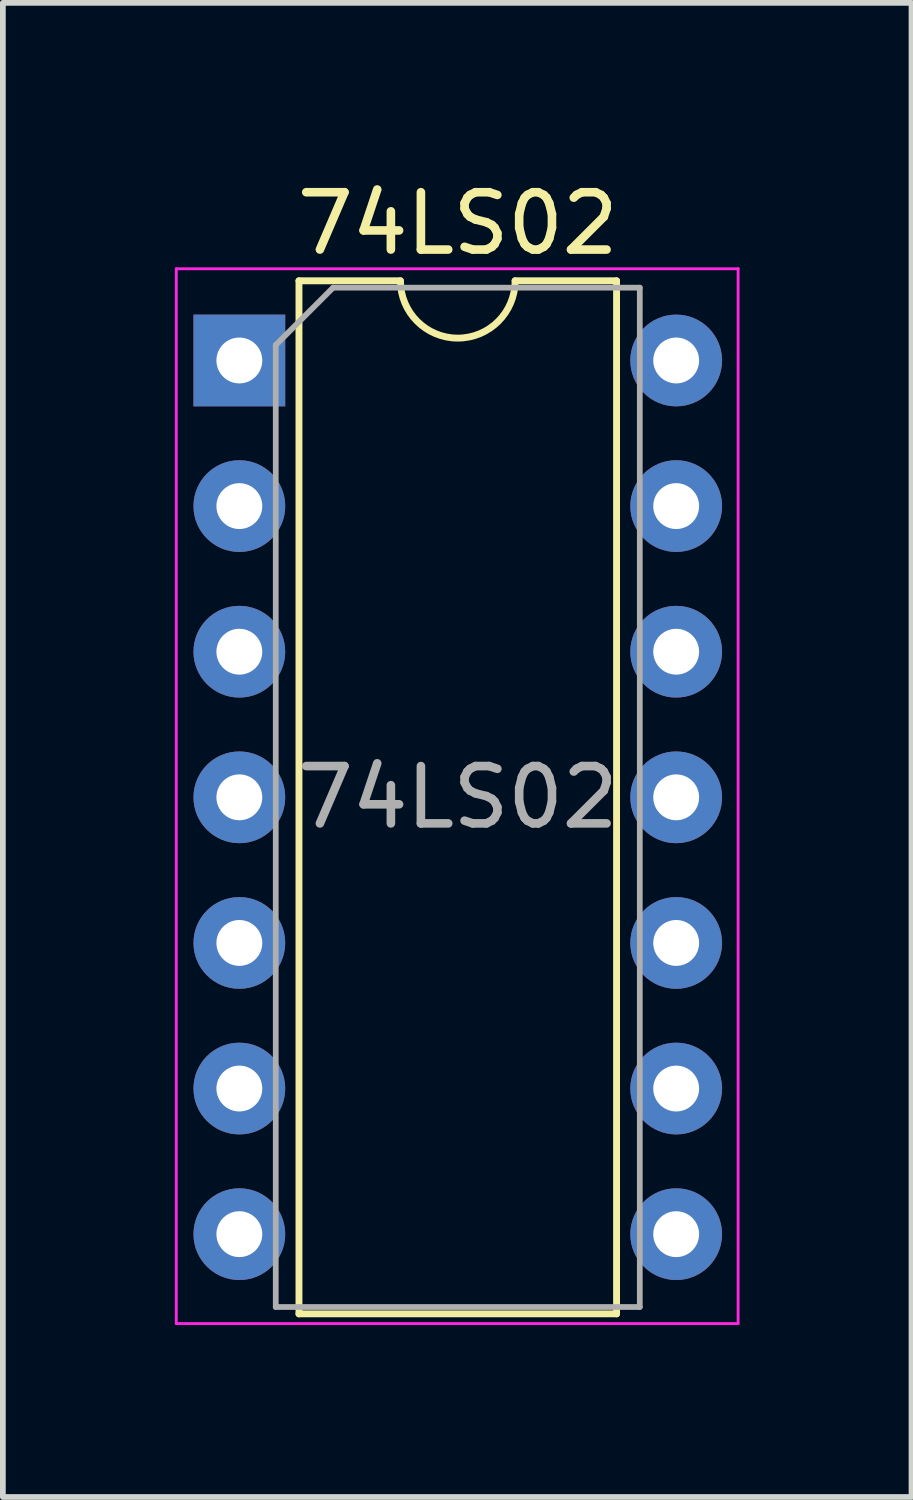
<source format=kicad_pcb>
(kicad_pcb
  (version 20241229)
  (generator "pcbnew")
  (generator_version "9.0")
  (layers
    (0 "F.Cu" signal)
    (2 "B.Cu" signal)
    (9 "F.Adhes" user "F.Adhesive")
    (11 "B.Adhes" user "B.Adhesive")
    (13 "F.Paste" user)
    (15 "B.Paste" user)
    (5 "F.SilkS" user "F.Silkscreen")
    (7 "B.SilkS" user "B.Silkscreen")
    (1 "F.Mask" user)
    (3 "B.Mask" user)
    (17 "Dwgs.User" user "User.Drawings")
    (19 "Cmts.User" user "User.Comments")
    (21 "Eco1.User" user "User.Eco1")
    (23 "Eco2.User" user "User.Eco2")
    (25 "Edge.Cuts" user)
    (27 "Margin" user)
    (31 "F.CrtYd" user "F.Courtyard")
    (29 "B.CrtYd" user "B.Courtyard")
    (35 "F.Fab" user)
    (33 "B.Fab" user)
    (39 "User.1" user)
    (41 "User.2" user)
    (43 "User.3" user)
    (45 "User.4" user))
  (footprint "74LS02"
    (layer "F.Cu")
    (at 1.125 3.238)
    (property "Reference" "74LS02" (at 3.81 -2.39 0) (layer "F.SilkS") (effects (font (size 1 1) (thickness 0.15))))
    (attr through_hole)
    (fp_line (start 1.04 -1.39) (end 1.04 16.63) (stroke (width 0.12) (type solid)) (layer "F.SilkS"))
    (fp_line (start 1.04 16.63) (end 6.58 16.63) (stroke (width 0.12) (type solid)) (layer "F.SilkS"))
    (fp_line (start 2.81 -1.39) (end 1.04 -1.39) (stroke (width 0.12) (type solid)) (layer "F.SilkS"))
    (fp_line (start 6.58 -1.39) (end 4.81 -1.39) (stroke (width 0.12) (type solid)) (layer "F.SilkS"))
    (fp_line (start 6.58 16.63) (end 6.58 -1.39) (stroke (width 0.12) (type solid)) (layer "F.SilkS"))
    (fp_arc (start 4.81 -1.39) (mid 3.81 -0.39) (end 2.81 -1.39) (stroke (width 0.12) (type solid)) (layer "F.SilkS"))
    (fp_line (start -1.1 -1.6) (end -1.1 16.8) (stroke (width 0.05) (type solid)) (layer "F.CrtYd"))
    (fp_line (start -1.1 16.8) (end 8.7 16.8) (stroke (width 0.05) (type solid)) (layer "F.CrtYd"))
    (fp_line (start 8.7 -1.6) (end -1.1 -1.6) (stroke (width 0.05) (type solid)) (layer "F.CrtYd"))
    (fp_line (start 8.7 16.8) (end 8.7 -1.6) (stroke (width 0.05) (type solid)) (layer "F.CrtYd"))
    (fp_line (start 0.635 -0.27) (end 1.635 -1.27) (stroke (width 0.1) (type solid)) (layer "F.Fab"))
    (fp_line (start 0.635 16.51) (end 0.635 -0.27) (stroke (width 0.1) (type solid)) (layer "F.Fab"))
    (fp_line (start 1.635 -1.27) (end 6.985 -1.27) (stroke (width 0.1) (type solid)) (layer "F.Fab"))
    (fp_line (start 6.985 -1.27) (end 6.985 16.51) (stroke (width 0.1) (type solid)) (layer "F.Fab"))
    (fp_line (start 6.985 16.51) (end 0.635 16.51) (stroke (width 0.1) (type solid)) (layer "F.Fab"))
    (fp_text user "${REFERENCE}" (at 3.81 7.62 0) (layer "F.Fab") (effects (font (size 1 1) (thickness 0.15))))
    (pad "1" thru_hole rect (at 0 0) (size 1.6 1.6) (drill 0.8) (layers "*.Cu" "*.Mask"))
    (pad "2" thru_hole oval (at 0 2.54) (size 1.6 1.6) (drill 0.8) (layers "*.Cu" "*.Mask"))
    (pad "3" thru_hole oval (at 0 5.08) (size 1.6 1.6) (drill 0.8) (layers "*.Cu" "*.Mask"))
    (pad "4" thru_hole oval (at 0 7.62) (size 1.6 1.6) (drill 0.8) (layers "*.Cu" "*.Mask"))
    (pad "5" thru_hole oval (at 0 10.16) (size 1.6 1.6) (drill 0.8) (layers "*.Cu" "*.Mask"))
    (pad "6" thru_hole oval (at 0 12.7) (size 1.6 1.6) (drill 0.8) (layers "*.Cu" "*.Mask"))
    (pad "7" thru_hole oval (at 0 15.24) (size 1.6 1.6) (drill 0.8) (layers "*.Cu" "*.Mask"))
    (pad "8" thru_hole oval (at 7.62 15.24) (size 1.6 1.6) (drill 0.8) (layers "*.Cu" "*.Mask"))
    (pad "9" thru_hole oval (at 7.62 12.7) (size 1.6 1.6) (drill 0.8) (layers "*.Cu" "*.Mask"))
    (pad "10" thru_hole oval (at 7.62 10.16) (size 1.6 1.6) (drill 0.8) (layers "*.Cu" "*.Mask"))
    (pad "11" thru_hole oval (at 7.62 7.62) (size 1.6 1.6) (drill 0.8) (layers "*.Cu" "*.Mask"))
    (pad "12" thru_hole oval (at 7.62 5.08) (size 1.6 1.6) (drill 0.8) (layers "*.Cu" "*.Mask"))
    (pad "13" thru_hole oval (at 7.62 2.54) (size 1.6 1.6) (drill 0.8) (layers "*.Cu" "*.Mask"))
    (pad "14" thru_hole oval (at 7.62 0) (size 1.6 1.6) (drill 0.8) (layers "*.Cu" "*.Mask")))
  (gr_rect
    (start -3 -3)
    (end 12.85 23.063)
    (stroke (width 0.1) (type default))
    (fill no)
    (layer "Edge.Cuts")))
</source>
